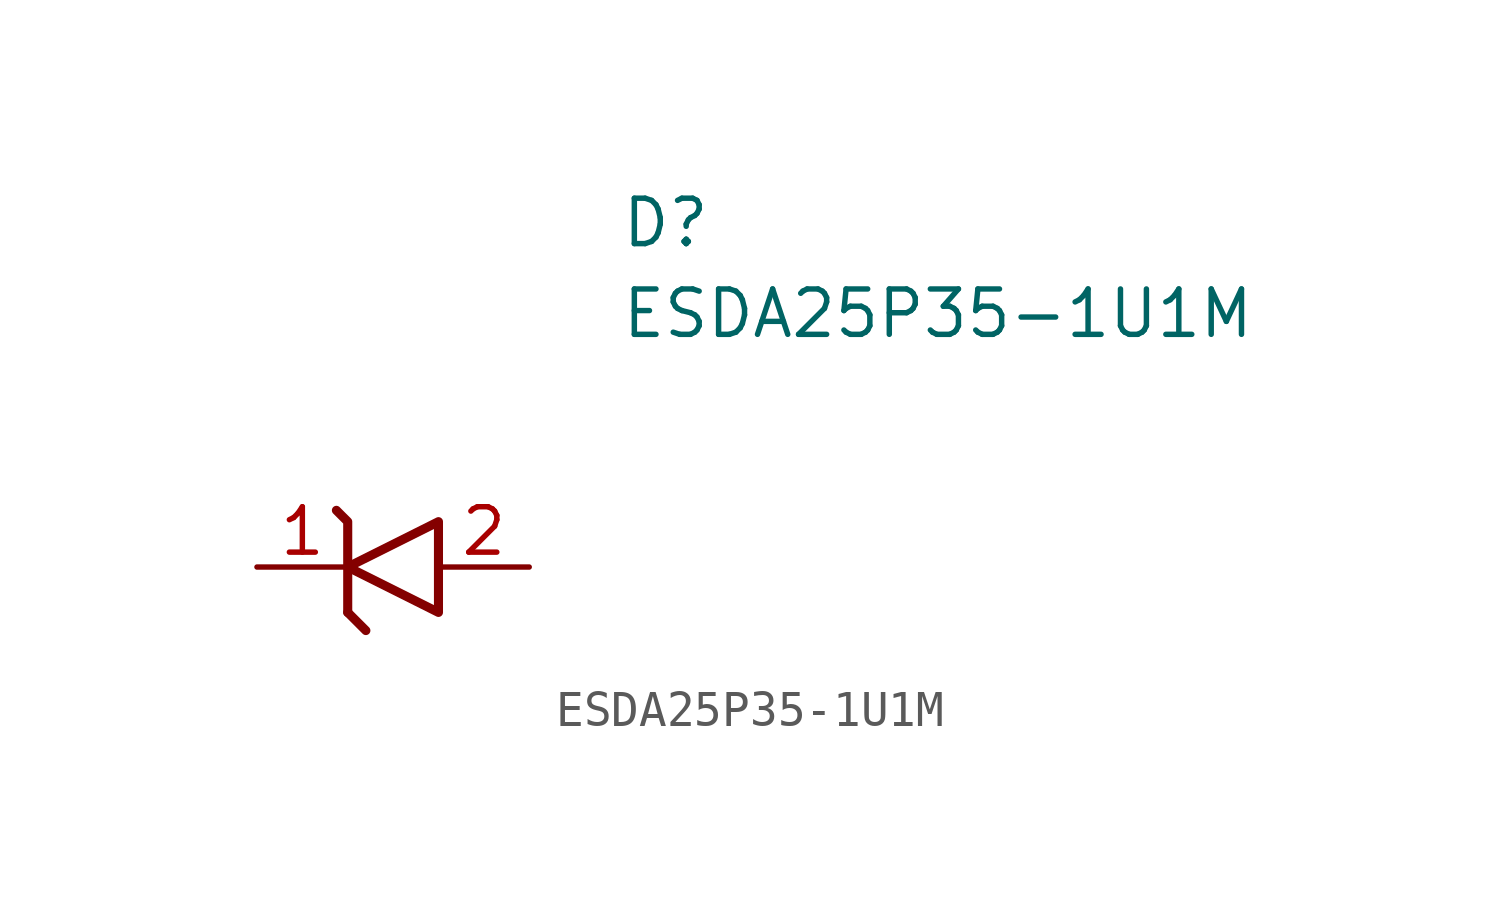
<source format=kicad_sym>
(kicad_symbol_lib
  (version 20220914)
  (generator kicad_symbol_editor)
  (symbol "ESDA25P35-1U1M"
    (pin_names hide)
    (property "Reference" "D"
      (at 10.16 8.89 0)
      (effects (font (size 1.27 1.27)) (justify left bottom)))
    (property "Value" "ESDA25P35-1U1M"
      (at 10.16 6.35 0)
      (effects (font (size 1.27 1.27)) (justify left bottom)))
    (symbol "ESDA25P35-1U1M_0_0"
      (polyline (pts (xy 2.54 -1.27) (xy 2.54 1.27) (xy 2.223 1.587)) (stroke (width 0.254) (type default)) (fill (type none))))
    (symbol "ESDA25P35-1U1M_0_1"
      (polyline (pts (xy 5.08 -1.27) (xy 2.54 0) (xy 5.08 1.27) (xy 5.08 -1.27) (xy 5.08 -1.27) (xy 5.08 -1.27)) (stroke (width 0.254) (type default)) (fill (type none))))
    (symbol "ESDA25P35-1U1M_1_1"
      (polyline (pts (xy 2.54 -1.27) (xy 3.048 -1.778)) (stroke (width 0.254) (type default)) (fill (type none)))
      (pin passive line (at 0 0 0) (length 2.54) (name "K" (effects (font (size 1.27 1.27)))) (number "1" (effects (font (size 1.27 1.27)))))
      (pin passive line (at 7.62 0 180) (length 2.54) (name "A" (effects (font (size 1.27 1.27)))) (number "2" (effects (font (size 1.27 1.27))))))))
</source>
